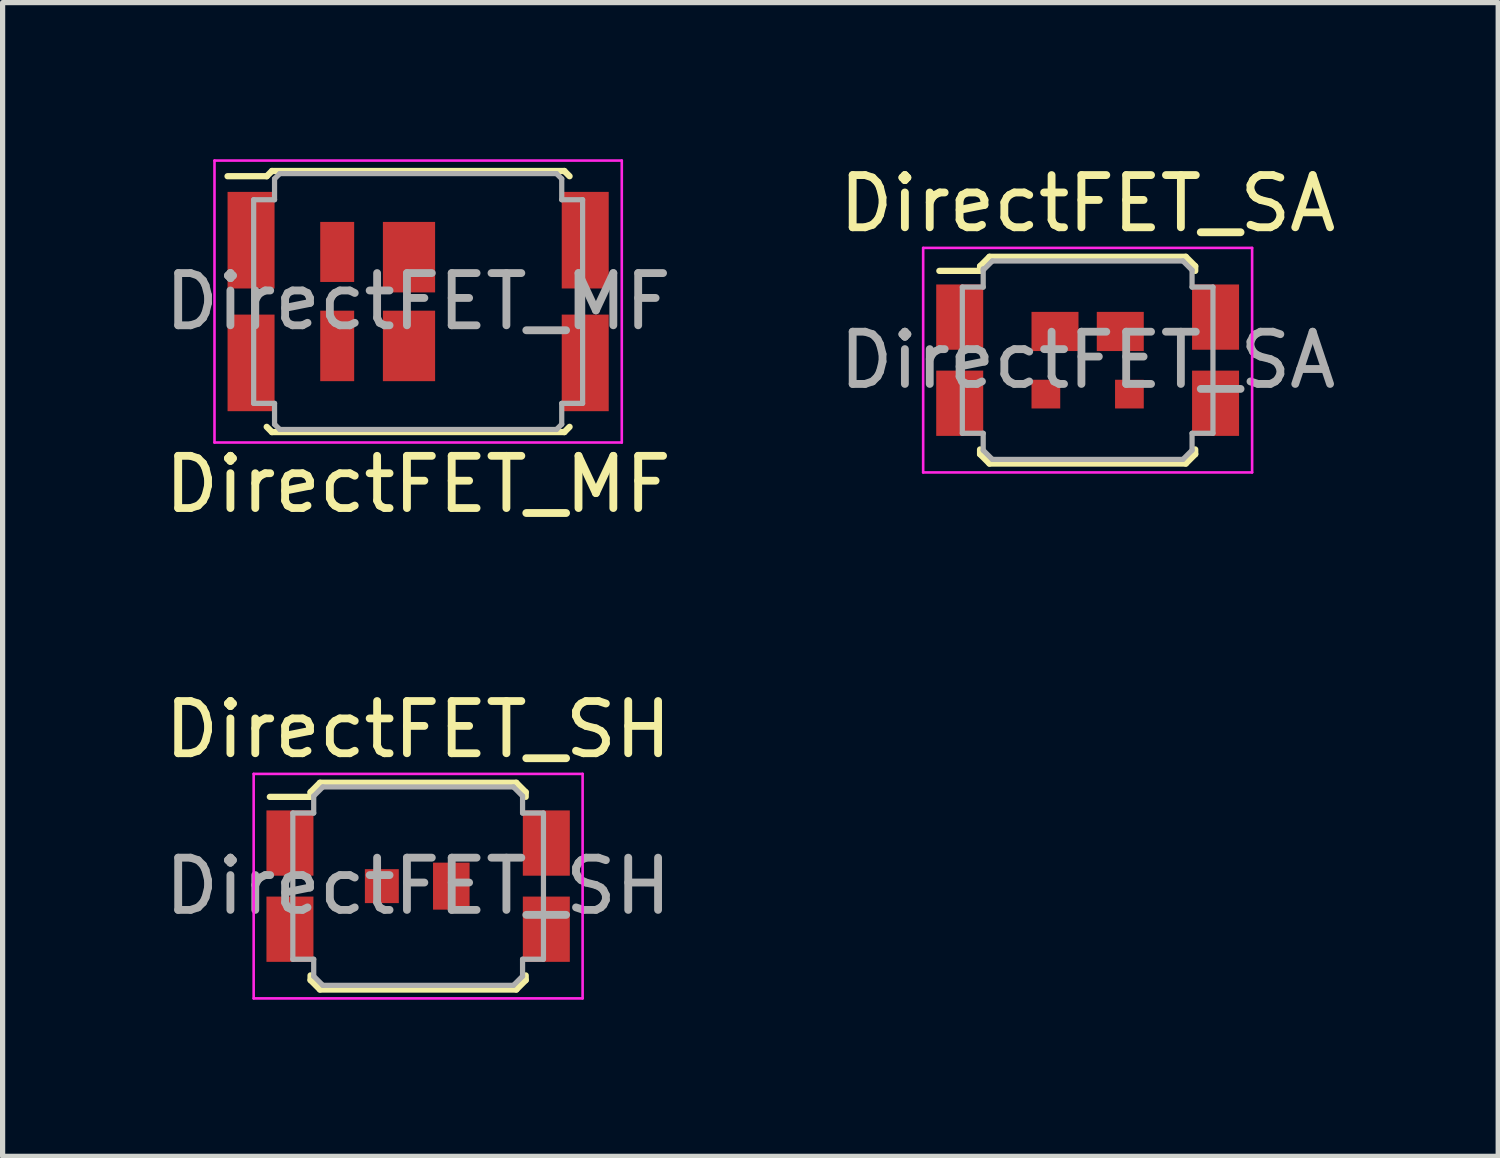
<source format=kicad_pcb>
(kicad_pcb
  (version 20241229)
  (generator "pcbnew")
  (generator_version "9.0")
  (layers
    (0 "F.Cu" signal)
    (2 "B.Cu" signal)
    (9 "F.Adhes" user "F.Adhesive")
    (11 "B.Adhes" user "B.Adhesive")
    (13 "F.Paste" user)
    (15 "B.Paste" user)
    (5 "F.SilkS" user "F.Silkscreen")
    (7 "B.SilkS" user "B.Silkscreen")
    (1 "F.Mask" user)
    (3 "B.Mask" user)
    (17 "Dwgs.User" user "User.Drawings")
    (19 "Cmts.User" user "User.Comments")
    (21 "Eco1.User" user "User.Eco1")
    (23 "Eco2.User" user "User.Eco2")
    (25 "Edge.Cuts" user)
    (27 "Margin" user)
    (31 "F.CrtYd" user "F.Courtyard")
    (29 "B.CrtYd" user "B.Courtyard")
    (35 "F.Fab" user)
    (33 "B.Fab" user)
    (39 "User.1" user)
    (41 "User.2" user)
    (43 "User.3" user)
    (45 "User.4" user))
  (footprint "DirectFET_SH"
    (layer "F.Cu")
    (at 4.958 13.921)
    (property "Reference" "DirectFET_SH" (at 0 -3 0) (layer "F.SilkS") (effects (font (size 1 1) (thickness 0.15))))
    (attr smd)
    (fp_line (start -2.84 -1.71) (end -2.06 -1.71) (stroke (width 0.12) (type solid)) (layer "F.SilkS"))
    (fp_line (start -2.06 -1.8) (end -1.88 -1.98) (stroke (width 0.12) (type solid)) (layer "F.SilkS"))
    (fp_line (start -2.06 -1.71) (end -2.06 -1.8) (stroke (width 0.12) (type solid)) (layer "F.SilkS"))
    (fp_line (start -2.06 1.71) (end -2.06 1.8) (stroke (width 0.12) (type solid)) (layer "F.SilkS"))
    (fp_line (start -2.06 1.8) (end -1.88 1.98) (stroke (width 0.12) (type solid)) (layer "F.SilkS"))
    (fp_line (start -1.88 -1.98) (end 1.88 -1.98) (stroke (width 0.12) (type solid)) (layer "F.SilkS"))
    (fp_line (start -1.88 1.98) (end 1.88 1.98) (stroke (width 0.12) (type solid)) (layer "F.SilkS"))
    (fp_line (start 2.06 -1.8) (end 1.88 -1.98) (stroke (width 0.12) (type solid)) (layer "F.SilkS"))
    (fp_line (start 2.06 -1.71) (end 2.06 -1.8) (stroke (width 0.12) (type solid)) (layer "F.SilkS"))
    (fp_line (start 2.06 1.71) (end 2.06 1.8) (stroke (width 0.12) (type solid)) (layer "F.SilkS"))
    (fp_line (start 2.06 1.8) (end 1.88 1.98) (stroke (width 0.12) (type solid)) (layer "F.SilkS"))
    (fp_line (start -3.15 -2.15) (end -3.15 2.15) (stroke (width 0.05) (type solid)) (layer "F.CrtYd"))
    (fp_line (start -3.15 -2.15) (end 3.15 -2.15) (stroke (width 0.05) (type solid)) (layer "F.CrtYd"))
    (fp_line (start -3.15 2.15) (end 3.15 2.15) (stroke (width 0.05) (type solid)) (layer "F.CrtYd"))
    (fp_line (start 3.15 -2.15) (end 3.15 2.15) (stroke (width 0.05) (type solid)) (layer "F.CrtYd"))
    (fp_line (start -2.4 -1.4) (end -2 -1.4) (stroke (width 0.1) (type solid)) (layer "F.Fab"))
    (fp_line (start -2.4 1.4) (end -2.4 -1.4) (stroke (width 0.1) (type solid)) (layer "F.Fab"))
    (fp_line (start -2.4 1.4) (end -2 1.4) (stroke (width 0.1) (type solid)) (layer "F.Fab"))
    (fp_line (start -2 -1.725) (end -1.825 -1.9) (stroke (width 0.1) (type solid)) (layer "F.Fab"))
    (fp_line (start -2 -1.4) (end -2 -1.725) (stroke (width 0.1) (type solid)) (layer "F.Fab"))
    (fp_line (start -2 1.4) (end -2 1.725) (stroke (width 0.1) (type solid)) (layer "F.Fab"))
    (fp_line (start -2 1.725) (end -1.825 1.9) (stroke (width 0.1) (type solid)) (layer "F.Fab"))
    (fp_line (start -1.825 -1.9) (end 1.825 -1.9) (stroke (width 0.1) (type solid)) (layer "F.Fab"))
    (fp_line (start -1.825 1.9) (end 1.825 1.9) (stroke (width 0.1) (type solid)) (layer "F.Fab"))
    (fp_line (start 1.825 -1.9) (end 2 -1.725) (stroke (width 0.1) (type solid)) (layer "F.Fab"))
    (fp_line (start 1.825 1.9) (end 2 1.725) (stroke (width 0.1) (type solid)) (layer "F.Fab"))
    (fp_line (start 2 -1.4) (end 2 -1.725) (stroke (width 0.1) (type solid)) (layer "F.Fab"))
    (fp_line (start 2 1.4) (end 2 1.725) (stroke (width 0.1) (type solid)) (layer "F.Fab"))
    (fp_line (start 2.4 -1.4) (end 2 -1.4) (stroke (width 0.1) (type solid)) (layer "F.Fab"))
    (fp_line (start 2.4 1.4) (end 2 1.4) (stroke (width 0.1) (type solid)) (layer "F.Fab"))
    (fp_line (start 2.4 1.4) (end 2.4 -1.4) (stroke (width 0.1) (type solid)) (layer "F.Fab"))
    (fp_text user "${REFERENCE}" (at 0 0 0) (layer "F.Fab") (effects (font (size 1 1) (thickness 0.15))))
    (pad "1" smd rect (at -2.455 -0.825) (size 0.9 1.25) (layers "F.Cu" "F.Mask" "F.Paste"))
    (pad "1" smd rect (at -2.455 0.825) (size 0.9 1.25) (layers "F.Cu" "F.Mask" "F.Paste"))
    (pad "1" smd rect (at 2.455 -0.825) (size 0.9 1.25) (layers "F.Cu" "F.Mask" "F.Paste"))
    (pad "1" smd rect (at 2.455 0.825) (size 0.9 1.25) (layers "F.Cu" "F.Mask" "F.Paste"))
    (pad "2" smd rect (at -0.695 0) (size 0.65 0.65) (layers "F.Cu" "F.Mask" "F.Paste"))
    (pad "3" smd rect (at 0.635 0) (size 0.7 0.9) (layers "F.Cu" "F.Mask" "F.Paste")))
  (footprint "DirectFET_MF"
    (layer "F.Cu")
    (at 4.958 2.725)
    (property "Reference" "DirectFET_MF" (at 0 3.5 0) (layer "F.SilkS") (effects (font (size 1 1) (thickness 0.15))))
    (attr smd)
    (fp_line (start -3.65 -2.4) (end -2.9 -2.4) (stroke (width 0.12) (type solid)) (layer "F.SilkS"))
    (fp_line (start -2.9 -2.4) (end -2.8 -2.5) (stroke (width 0.12) (type solid)) (layer "F.SilkS"))
    (fp_line (start -2.8 -2.5) (end 2.8 -2.5) (stroke (width 0.12) (type solid)) (layer "F.SilkS"))
    (fp_line (start -2.8 2.5) (end -2.9 2.4) (stroke (width 0.12) (type solid)) (layer "F.SilkS"))
    (fp_line (start 2.8 -2.5) (end 2.9 -2.4) (stroke (width 0.12) (type solid)) (layer "F.SilkS"))
    (fp_line (start 2.8 2.5) (end -2.8 2.5) (stroke (width 0.12) (type solid)) (layer "F.SilkS"))
    (fp_line (start 2.9 2.4) (end 2.8 2.5) (stroke (width 0.12) (type solid)) (layer "F.SilkS"))
    (fp_line (start -3.9 -2.7) (end -3.9 2.7) (stroke (width 0.05) (type solid)) (layer "F.CrtYd"))
    (fp_line (start -3.9 2.7) (end 3.9 2.7) (stroke (width 0.05) (type solid)) (layer "F.CrtYd"))
    (fp_line (start 3.9 -2.7) (end -3.9 -2.7) (stroke (width 0.05) (type solid)) (layer "F.CrtYd"))
    (fp_line (start 3.9 2.7) (end 3.9 -2.7) (stroke (width 0.05) (type solid)) (layer "F.CrtYd"))
    (fp_line (start -3.15 -1.95) (end -2.75 -1.95) (stroke (width 0.1) (type solid)) (layer "F.Fab"))
    (fp_line (start -3.15 1.95) (end -3.15 -1.95) (stroke (width 0.1) (type solid)) (layer "F.Fab"))
    (fp_line (start -3.15 1.95) (end -2.75 1.95) (stroke (width 0.1) (type solid)) (layer "F.Fab"))
    (fp_line (start -2.75 -2.35) (end -2.65 -2.45) (stroke (width 0.1) (type solid)) (layer "F.Fab"))
    (fp_line (start -2.75 -1.95) (end -2.75 -2.35) (stroke (width 0.1) (type solid)) (layer "F.Fab"))
    (fp_line (start -2.75 1.95) (end -2.75 2.35) (stroke (width 0.1) (type solid)) (layer "F.Fab"))
    (fp_line (start -2.75 2.35) (end -2.65 2.45) (stroke (width 0.1) (type solid)) (layer "F.Fab"))
    (fp_line (start -2.65 2.45) (end 2.65 2.45) (stroke (width 0.1) (type solid)) (layer "F.Fab"))
    (fp_line (start 2.65 -2.45) (end -2.65 -2.45) (stroke (width 0.1) (type solid)) (layer "F.Fab"))
    (fp_line (start 2.65 -2.45) (end 2.75 -2.35) (stroke (width 0.1) (type solid)) (layer "F.Fab"))
    (fp_line (start 2.75 -2.35) (end 2.75 -1.95) (stroke (width 0.1) (type solid)) (layer "F.Fab"))
    (fp_line (start 2.75 -1.95) (end 3.15 -1.95) (stroke (width 0.1) (type solid)) (layer "F.Fab"))
    (fp_line (start 2.75 1.95) (end 2.75 2.35) (stroke (width 0.1) (type solid)) (layer "F.Fab"))
    (fp_line (start 2.75 2.35) (end 2.65 2.45) (stroke (width 0.1) (type solid)) (layer "F.Fab"))
    (fp_line (start 3.15 -1.95) (end 3.15 1.95) (stroke (width 0.1) (type solid)) (layer "F.Fab"))
    (fp_line (start 3.15 1.95) (end 2.75 1.95) (stroke (width 0.1) (type solid)) (layer "F.Fab"))
    (fp_text user "${REFERENCE}" (at 0 0 0) (layer "F.Fab") (effects (font (size 1 1) (thickness 0.15))))
    (pad "1" smd rect (at -3.2 -1.175) (size 0.9 1.85) (layers "F.Cu" "F.Mask" "F.Paste"))
    (pad "1" smd rect (at -3.2 1.175) (size 0.9 1.85) (layers "F.Cu" "F.Mask" "F.Paste"))
    (pad "1" smd rect (at 3.2 -1.175) (size 0.9 1.85) (layers "F.Cu" "F.Mask" "F.Paste"))
    (pad "1" smd rect (at 3.2 1.175) (size 0.9 1.85) (layers "F.Cu" "F.Mask" "F.Paste"))
    (pad "2" smd rect (at -1.55 -0.95) (size 0.65 1.15) (layers "F.Cu" "F.Mask" "F.Paste"))
    (pad "3" smd rect (at -1.55 0.85) (size 0.65 1.35) (layers "F.Cu" "F.Mask" "F.Paste"))
    (pad "3" smd rect (at -0.175 -0.85) (size 1 1.35) (layers "F.Cu" "F.Mask" "F.Paste"))
    (pad "3" smd rect (at -0.175 0.85) (size 1 1.35) (layers "F.Cu" "F.Mask" "F.Paste")))
  (footprint "DirectFET_SA"
    (layer "F.Cu")
    (at 17.78 3.848)
    (property "Reference" "DirectFET_SA" (at 0 -3 0) (layer "F.SilkS") (effects (font (size 1 1) (thickness 0.15))))
    (attr smd)
    (fp_line (start -2.84 -1.71) (end -2.06 -1.71) (stroke (width 0.12) (type solid)) (layer "F.SilkS"))
    (fp_line (start -2.06 -1.8) (end -1.88 -1.98) (stroke (width 0.12) (type solid)) (layer "F.SilkS"))
    (fp_line (start -2.06 -1.71) (end -2.06 -1.8) (stroke (width 0.12) (type solid)) (layer "F.SilkS"))
    (fp_line (start -2.06 1.71) (end -2.06 1.8) (stroke (width 0.12) (type solid)) (layer "F.SilkS"))
    (fp_line (start -2.06 1.8) (end -1.88 1.98) (stroke (width 0.12) (type solid)) (layer "F.SilkS"))
    (fp_line (start -1.88 -1.98) (end 1.88 -1.98) (stroke (width 0.12) (type solid)) (layer "F.SilkS"))
    (fp_line (start -1.88 1.98) (end 1.88 1.98) (stroke (width 0.12) (type solid)) (layer "F.SilkS"))
    (fp_line (start 2.06 -1.8) (end 1.88 -1.98) (stroke (width 0.12) (type solid)) (layer "F.SilkS"))
    (fp_line (start 2.06 -1.71) (end 2.06 -1.8) (stroke (width 0.12) (type solid)) (layer "F.SilkS"))
    (fp_line (start 2.06 1.71) (end 2.06 1.8) (stroke (width 0.12) (type solid)) (layer "F.SilkS"))
    (fp_line (start 2.06 1.8) (end 1.88 1.98) (stroke (width 0.12) (type solid)) (layer "F.SilkS"))
    (fp_line (start -3.15 -2.15) (end -3.15 2.15) (stroke (width 0.05) (type solid)) (layer "F.CrtYd"))
    (fp_line (start -3.15 -2.15) (end 3.15 -2.15) (stroke (width 0.05) (type solid)) (layer "F.CrtYd"))
    (fp_line (start -3.15 2.15) (end 3.15 2.15) (stroke (width 0.05) (type solid)) (layer "F.CrtYd"))
    (fp_line (start 3.15 -2.15) (end 3.15 2.15) (stroke (width 0.05) (type solid)) (layer "F.CrtYd"))
    (fp_line (start -2.4 -1.4) (end -2 -1.4) (stroke (width 0.1) (type solid)) (layer "F.Fab"))
    (fp_line (start -2.4 1.4) (end -2.4 -1.4) (stroke (width 0.1) (type solid)) (layer "F.Fab"))
    (fp_line (start -2.4 1.4) (end -2 1.4) (stroke (width 0.1) (type solid)) (layer "F.Fab"))
    (fp_line (start -2 -1.725) (end -1.825 -1.9) (stroke (width 0.1) (type solid)) (layer "F.Fab"))
    (fp_line (start -2 -1.4) (end -2 -1.75) (stroke (width 0.1) (type solid)) (layer "F.Fab"))
    (fp_line (start -2 1.4) (end -2 1.725) (stroke (width 0.1) (type solid)) (layer "F.Fab"))
    (fp_line (start -2 1.725) (end -1.825 1.9) (stroke (width 0.1) (type solid)) (layer "F.Fab"))
    (fp_line (start -1.825 -1.9) (end 1.825 -1.9) (stroke (width 0.1) (type solid)) (layer "F.Fab"))
    (fp_line (start -1.825 1.9) (end 1.825 1.9) (stroke (width 0.1) (type solid)) (layer "F.Fab"))
    (fp_line (start 1.825 -1.9) (end 2 -1.725) (stroke (width 0.1) (type solid)) (layer "F.Fab"))
    (fp_line (start 1.825 1.9) (end 2 1.725) (stroke (width 0.1) (type solid)) (layer "F.Fab"))
    (fp_line (start 2 -1.4) (end 2 -1.725) (stroke (width 0.1) (type solid)) (layer "F.Fab"))
    (fp_line (start 2 1.4) (end 2 1.725) (stroke (width 0.1) (type solid)) (layer "F.Fab"))
    (fp_line (start 2.4 -1.4) (end 2 -1.4) (stroke (width 0.1) (type solid)) (layer "F.Fab"))
    (fp_line (start 2.4 1.4) (end 2 1.4) (stroke (width 0.1) (type solid)) (layer "F.Fab"))
    (fp_line (start 2.4 1.4) (end 2.4 -1.4) (stroke (width 0.1) (type solid)) (layer "F.Fab"))
    (fp_text user "${REFERENCE}" (at 0 0 0) (layer "F.Fab") (effects (font (size 1 1) (thickness 0.15))))
    (pad "1" smd rect (at -2.45 -0.825) (size 0.9 1.25) (layers "F.Cu" "F.Mask" "F.Paste"))
    (pad "1" smd rect (at -2.45 0.825) (size 0.9 1.25) (layers "F.Cu" "F.Mask" "F.Paste"))
    (pad "1" smd rect (at 2.45 -0.825) (size 0.9 1.25) (layers "F.Cu" "F.Mask" "F.Paste"))
    (pad "1" smd rect (at 2.45 0.825) (size 0.9 1.25) (layers "F.Cu" "F.Mask" "F.Paste"))
    (pad "2" smd rect (at -0.8 0.65) (size 0.55 0.55) (layers "F.Cu" "F.Mask" "F.Paste"))
    (pad "2" smd rect (at 0.8 0.65) (size 0.55 0.55) (layers "F.Cu" "F.Mask" "F.Paste"))
    (pad "3" smd rect (at -0.625 -0.55) (size 0.9 0.75) (layers "F.Cu" "F.Mask" "F.Paste"))
    (pad "3" smd rect (at 0.625 -0.55) (size 0.9 0.75) (layers "F.Cu" "F.Mask" "F.Paste")))
  (gr_rect
    (start -3 -3)
    (end 25.643 19.096)
    (stroke (width 0.1) (type default))
    (fill no)
    (layer "Edge.Cuts")))
</source>
